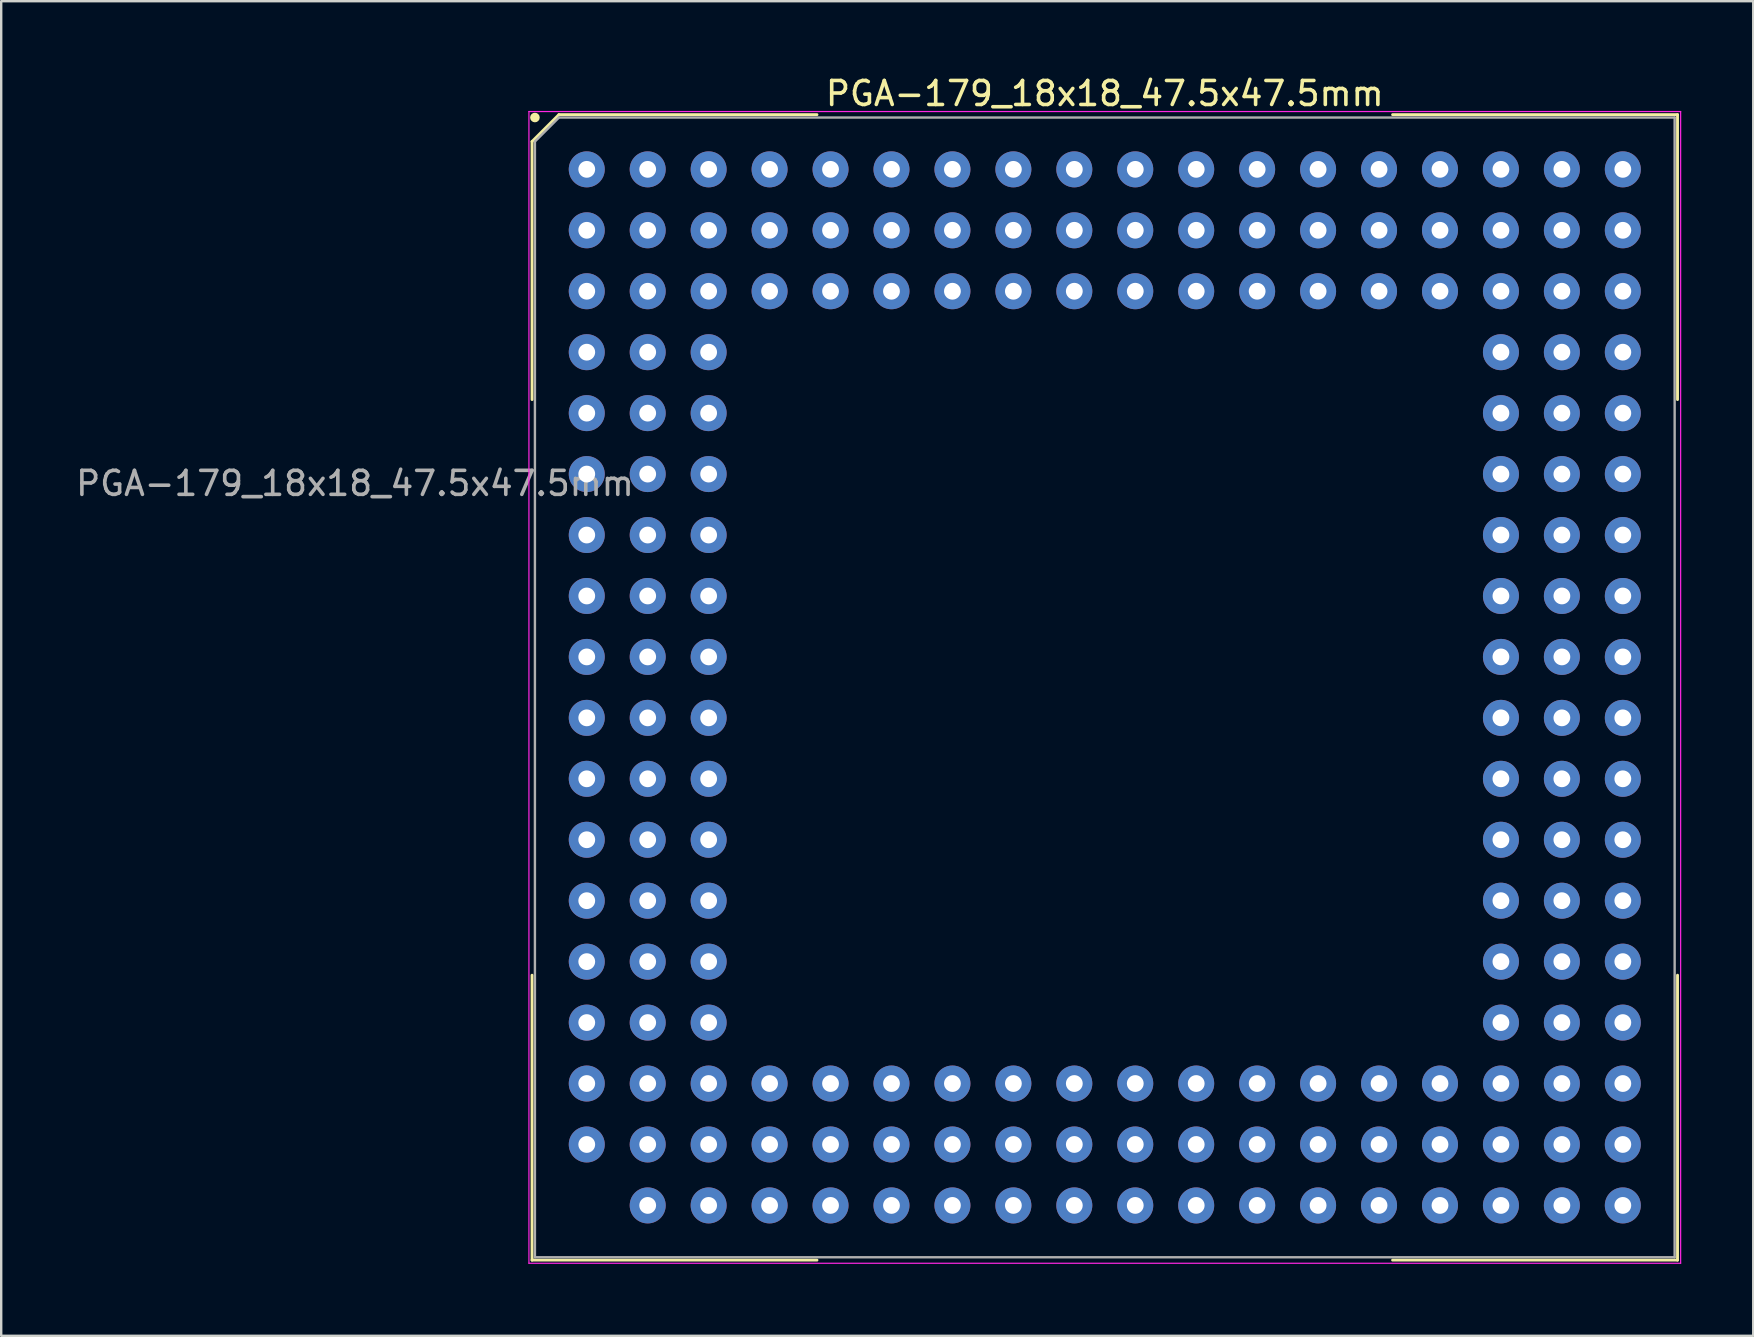
<source format=kicad_pcb>
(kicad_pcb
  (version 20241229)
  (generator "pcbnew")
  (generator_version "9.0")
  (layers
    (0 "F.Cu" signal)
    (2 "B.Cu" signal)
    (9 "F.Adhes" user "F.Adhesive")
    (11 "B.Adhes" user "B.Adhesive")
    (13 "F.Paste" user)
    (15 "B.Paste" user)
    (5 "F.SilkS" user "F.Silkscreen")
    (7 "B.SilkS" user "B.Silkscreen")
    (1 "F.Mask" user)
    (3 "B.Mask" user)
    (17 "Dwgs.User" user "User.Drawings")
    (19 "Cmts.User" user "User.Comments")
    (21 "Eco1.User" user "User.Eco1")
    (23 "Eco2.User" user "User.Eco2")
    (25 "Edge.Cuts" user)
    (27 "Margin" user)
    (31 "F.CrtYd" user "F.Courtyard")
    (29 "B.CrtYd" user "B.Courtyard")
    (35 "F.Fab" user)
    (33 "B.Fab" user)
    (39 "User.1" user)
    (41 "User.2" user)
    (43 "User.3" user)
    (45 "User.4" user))
  (footprint "PGA-179_18x18_47.5x47.5mm"
    (layer "F.Cu")
    (at 42.994 25.598)
    (property "Reference" "PGA-179_18x18_47.5x47.5mm" (at 0 -24.75 0) (layer "F.SilkS") (effects (font (size 1 1) (thickness 0.15))))
    (attr through_hole)
    (fp_line (start -23.87 -22.75) (end -23.87 -11.995) (stroke (width 0.12) (type default)) (layer "F.SilkS"))
    (fp_line (start -23.87 23.87) (end -23.87 11.995) (stroke (width 0.12) (type default)) (layer "F.SilkS"))
    (fp_line (start -22.75 -23.87) (end -23.87 -22.75) (stroke (width 0.12) (type default)) (layer "F.SilkS"))
    (fp_line (start -11.995 -23.87) (end -22.75 -23.87) (stroke (width 0.12) (type default)) (layer "F.SilkS"))
    (fp_line (start -11.995 23.87) (end -23.87 23.87) (stroke (width 0.12) (type default)) (layer "F.SilkS"))
    (fp_line (start 11.995 -23.87) (end 23.87 -23.87) (stroke (width 0.12) (type default)) (layer "F.SilkS"))
    (fp_line (start 11.995 23.87) (end 23.87 23.87) (stroke (width 0.12) (type default)) (layer "F.SilkS"))
    (fp_line (start 23.87 -23.87) (end 23.87 -11.995) (stroke (width 0.12) (type default)) (layer "F.SilkS"))
    (fp_line (start 23.87 23.87) (end 23.87 11.995) (stroke (width 0.12) (type default)) (layer "F.SilkS"))
    (fp_circle (center -23.75 -23.75) (end -23.75 -23.65) (stroke (width 0.2) (type default)) (fill no) (layer "F.SilkS"))
    (fp_line (start -24 -24) (end 24 -24) (stroke (width 0.05) (type default)) (layer "F.CrtYd"))
    (fp_line (start -24 24) (end -24 -24) (stroke (width 0.05) (type default)) (layer "F.CrtYd"))
    (fp_line (start 24 -24) (end 24 24) (stroke (width 0.05) (type default)) (layer "F.CrtYd"))
    (fp_line (start 24 24) (end -24 24) (stroke (width 0.05) (type default)) (layer "F.CrtYd"))
    (fp_line (start -23.75 -22.75) (end -23.75 23.75) (stroke (width 0.1) (type default)) (layer "F.Fab"))
    (fp_line (start -23.75 23.75) (end 23.75 23.75) (stroke (width 0.1) (type default)) (layer "F.Fab"))
    (fp_line (start -22.75 -23.75) (end -23.75 -22.75) (stroke (width 0.1) (type default)) (layer "F.Fab"))
    (fp_line (start 23.75 -23.75) (end -22.75 -23.75) (stroke (width 0.1) (type default)) (layer "F.Fab"))
    (fp_line (start 23.75 23.75) (end 23.75 -23.75) (stroke (width 0.1) (type default)) (layer "F.Fab"))
    (fp_text user "${REFERENCE}" (at -31.25 -8.5 0) (layer "F.Fab") (effects (font (size 1 1) (thickness 0.15))))
    (pad "A1" thru_hole circle (at -21.59 -21.59) (size 1.5 1.5) (drill 0.7) (layers "*.Cu" "*.Mask"))
    (pad "A2" thru_hole circle (at -19.05 -21.59) (size 1.5 1.5) (drill 0.7) (layers "*.Cu" "*.Mask"))
    (pad "A3" thru_hole circle (at -16.51 -21.59) (size 1.5 1.5) (drill 0.7) (layers "*.Cu" "*.Mask"))
    (pad "A4" thru_hole circle (at -13.97 -21.59) (size 1.5 1.5) (drill 0.7) (layers "*.Cu" "*.Mask"))
    (pad "A5" thru_hole circle (at -11.43 -21.59) (size 1.5 1.5) (drill 0.7) (layers "*.Cu" "*.Mask"))
    (pad "A6" thru_hole circle (at -8.89 -21.59) (size 1.5 1.5) (drill 0.7) (layers "*.Cu" "*.Mask"))
    (pad "A7" thru_hole circle (at -6.35 -21.59) (size 1.5 1.5) (drill 0.7) (layers "*.Cu" "*.Mask"))
    (pad "A8" thru_hole circle (at -3.81 -21.59) (size 1.5 1.5) (drill 0.7) (layers "*.Cu" "*.Mask"))
    (pad "A9" thru_hole circle (at -1.27 -21.59) (size 1.5 1.5) (drill 0.7) (layers "*.Cu" "*.Mask"))
    (pad "A10" thru_hole circle (at 1.27 -21.59) (size 1.5 1.5) (drill 0.7) (layers "*.Cu" "*.Mask"))
    (pad "A11" thru_hole circle (at 3.81 -21.59) (size 1.5 1.5) (drill 0.7) (layers "*.Cu" "*.Mask"))
    (pad "A12" thru_hole circle (at 6.35 -21.59) (size 1.5 1.5) (drill 0.7) (layers "*.Cu" "*.Mask"))
    (pad "A13" thru_hole circle (at 8.89 -21.59) (size 1.5 1.5) (drill 0.7) (layers "*.Cu" "*.Mask"))
    (pad "A14" thru_hole circle (at 11.43 -21.59) (size 1.5 1.5) (drill 0.7) (layers "*.Cu" "*.Mask"))
    (pad "A15" thru_hole circle (at 13.97 -21.59) (size 1.5 1.5) (drill 0.7) (layers "*.Cu" "*.Mask"))
    (pad "A16" thru_hole circle (at 16.51 -21.59) (size 1.5 1.5) (drill 0.7) (layers "*.Cu" "*.Mask"))
    (pad "A17" thru_hole circle (at 19.05 -21.59) (size 1.5 1.5) (drill 0.7) (layers "*.Cu" "*.Mask"))
    (pad "A18" thru_hole circle (at 21.59 -21.59) (size 1.5 1.5) (drill 0.7) (layers "*.Cu" "*.Mask"))
    (pad "B1" thru_hole circle (at -21.59 -19.05) (size 1.5 1.5) (drill 0.7) (layers "*.Cu" "*.Mask"))
    (pad "B2" thru_hole circle (at -19.05 -19.05) (size 1.5 1.5) (drill 0.7) (layers "*.Cu" "*.Mask"))
    (pad "B3" thru_hole circle (at -16.51 -19.05) (size 1.5 1.5) (drill 0.7) (layers "*.Cu" "*.Mask"))
    (pad "B4" thru_hole circle (at -13.97 -19.05) (size 1.5 1.5) (drill 0.7) (layers "*.Cu" "*.Mask"))
    (pad "B5" thru_hole circle (at -11.43 -19.05) (size 1.5 1.5) (drill 0.7) (layers "*.Cu" "*.Mask"))
    (pad "B6" thru_hole circle (at -8.89 -19.05) (size 1.5 1.5) (drill 0.7) (layers "*.Cu" "*.Mask"))
    (pad "B7" thru_hole circle (at -6.35 -19.05) (size 1.5 1.5) (drill 0.7) (layers "*.Cu" "*.Mask"))
    (pad "B8" thru_hole circle (at -3.81 -19.05) (size 1.5 1.5) (drill 0.7) (layers "*.Cu" "*.Mask"))
    (pad "B9" thru_hole circle (at -1.27 -19.05) (size 1.5 1.5) (drill 0.7) (layers "*.Cu" "*.Mask"))
    (pad "B10" thru_hole circle (at 1.27 -19.05) (size 1.5 1.5) (drill 0.7) (layers "*.Cu" "*.Mask"))
    (pad "B11" thru_hole circle (at 3.81 -19.05) (size 1.5 1.5) (drill 0.7) (layers "*.Cu" "*.Mask"))
    (pad "B12" thru_hole circle (at 6.35 -19.05) (size 1.5 1.5) (drill 0.7) (layers "*.Cu" "*.Mask"))
    (pad "B13" thru_hole circle (at 8.89 -19.05) (size 1.5 1.5) (drill 0.7) (layers "*.Cu" "*.Mask"))
    (pad "B14" thru_hole circle (at 11.43 -19.05) (size 1.5 1.5) (drill 0.7) (layers "*.Cu" "*.Mask"))
    (pad "B15" thru_hole circle (at 13.97 -19.05) (size 1.5 1.5) (drill 0.7) (layers "*.Cu" "*.Mask"))
    (pad "B16" thru_hole circle (at 16.51 -19.05) (size 1.5 1.5) (drill 0.7) (layers "*.Cu" "*.Mask"))
    (pad "B17" thru_hole circle (at 19.05 -19.05) (size 1.5 1.5) (drill 0.7) (layers "*.Cu" "*.Mask"))
    (pad "B18" thru_hole circle (at 21.59 -19.05) (size 1.5 1.5) (drill 0.7) (layers "*.Cu" "*.Mask"))
    (pad "C1" thru_hole circle (at -21.59 -16.51) (size 1.5 1.5) (drill 0.7) (layers "*.Cu" "*.Mask"))
    (pad "C2" thru_hole circle (at -19.05 -16.51) (size 1.5 1.5) (drill 0.7) (layers "*.Cu" "*.Mask"))
    (pad "C3" thru_hole circle (at -16.51 -16.51) (size 1.5 1.5) (drill 0.7) (layers "*.Cu" "*.Mask"))
    (pad "C4" thru_hole circle (at -13.97 -16.51) (size 1.5 1.5) (drill 0.7) (layers "*.Cu" "*.Mask"))
    (pad "C5" thru_hole circle (at -11.43 -16.51) (size 1.5 1.5) (drill 0.7) (layers "*.Cu" "*.Mask"))
    (pad "C6" thru_hole circle (at -8.89 -16.51) (size 1.5 1.5) (drill 0.7) (layers "*.Cu" "*.Mask"))
    (pad "C7" thru_hole circle (at -6.35 -16.51) (size 1.5 1.5) (drill 0.7) (layers "*.Cu" "*.Mask"))
    (pad "C8" thru_hole circle (at -3.81 -16.51) (size 1.5 1.5) (drill 0.7) (layers "*.Cu" "*.Mask"))
    (pad "C9" thru_hole circle (at -1.27 -16.51) (size 1.5 1.5) (drill 0.7) (layers "*.Cu" "*.Mask"))
    (pad "C10" thru_hole circle (at 1.27 -16.51) (size 1.5 1.5) (drill 0.7) (layers "*.Cu" "*.Mask"))
    (pad "C11" thru_hole circle (at 3.81 -16.51) (size 1.5 1.5) (drill 0.7) (layers "*.Cu" "*.Mask"))
    (pad "C12" thru_hole circle (at 6.35 -16.51) (size 1.5 1.5) (drill 0.7) (layers "*.Cu" "*.Mask"))
    (pad "C13" thru_hole circle (at 8.89 -16.51) (size 1.5 1.5) (drill 0.7) (layers "*.Cu" "*.Mask"))
    (pad "C14" thru_hole circle (at 11.43 -16.51) (size 1.5 1.5) (drill 0.7) (layers "*.Cu" "*.Mask"))
    (pad "C15" thru_hole circle (at 13.97 -16.51) (size 1.5 1.5) (drill 0.7) (layers "*.Cu" "*.Mask"))
    (pad "C16" thru_hole circle (at 16.51 -16.51) (size 1.5 1.5) (drill 0.7) (layers "*.Cu" "*.Mask"))
    (pad "C17" thru_hole circle (at 19.05 -16.51) (size 1.5 1.5) (drill 0.7) (layers "*.Cu" "*.Mask"))
    (pad "C18" thru_hole circle (at 21.59 -16.51) (size 1.5 1.5) (drill 0.7) (layers "*.Cu" "*.Mask"))
    (pad "D1" thru_hole circle (at -21.59 -13.97) (size 1.5 1.5) (drill 0.7) (layers "*.Cu" "*.Mask"))
    (pad "D2" thru_hole circle (at -19.05 -13.97) (size 1.5 1.5) (drill 0.7) (layers "*.Cu" "*.Mask"))
    (pad "D3" thru_hole circle (at -16.51 -13.97) (size 1.5 1.5) (drill 0.7) (layers "*.Cu" "*.Mask"))
    (pad "D16" thru_hole circle (at 16.51 -13.97) (size 1.5 1.5) (drill 0.7) (layers "*.Cu" "*.Mask"))
    (pad "D17" thru_hole circle (at 19.05 -13.97) (size 1.5 1.5) (drill 0.7) (layers "*.Cu" "*.Mask"))
    (pad "D18" thru_hole circle (at 21.59 -13.97) (size 1.5 1.5) (drill 0.7) (layers "*.Cu" "*.Mask"))
    (pad "E1" thru_hole circle (at -21.59 -11.43) (size 1.5 1.5) (drill 0.7) (layers "*.Cu" "*.Mask"))
    (pad "E2" thru_hole circle (at -19.05 -11.43) (size 1.5 1.5) (drill 0.7) (layers "*.Cu" "*.Mask"))
    (pad "E3" thru_hole circle (at -16.51 -11.43) (size 1.5 1.5) (drill 0.7) (layers "*.Cu" "*.Mask"))
    (pad "E16" thru_hole circle (at 16.51 -11.43) (size 1.5 1.5) (drill 0.7) (layers "*.Cu" "*.Mask"))
    (pad "E17" thru_hole circle (at 19.05 -11.43) (size 1.5 1.5) (drill 0.7) (layers "*.Cu" "*.Mask"))
    (pad "E18" thru_hole circle (at 21.59 -11.43) (size 1.5 1.5) (drill 0.7) (layers "*.Cu" "*.Mask"))
    (pad "F1" thru_hole circle (at -21.59 -8.89) (size 1.5 1.5) (drill 0.7) (layers "*.Cu" "*.Mask"))
    (pad "F2" thru_hole circle (at -19.05 -8.89) (size 1.5 1.5) (drill 0.7) (layers "*.Cu" "*.Mask"))
    (pad "F3" thru_hole circle (at -16.51 -8.89) (size 1.5 1.5) (drill 0.7) (layers "*.Cu" "*.Mask"))
    (pad "F16" thru_hole circle (at 16.51 -8.89) (size 1.5 1.5) (drill 0.7) (layers "*.Cu" "*.Mask"))
    (pad "F17" thru_hole circle (at 19.05 -8.89) (size 1.5 1.5) (drill 0.7) (layers "*.Cu" "*.Mask"))
    (pad "F18" thru_hole circle (at 21.59 -8.89) (size 1.5 1.5) (drill 0.7) (layers "*.Cu" "*.Mask"))
    (pad "G1" thru_hole circle (at -21.59 -6.35) (size 1.5 1.5) (drill 0.7) (layers "*.Cu" "*.Mask"))
    (pad "G2" thru_hole circle (at -19.05 -6.35) (size 1.5 1.5) (drill 0.7) (layers "*.Cu" "*.Mask"))
    (pad "G3" thru_hole circle (at -16.51 -6.35) (size 1.5 1.5) (drill 0.7) (layers "*.Cu" "*.Mask"))
    (pad "G16" thru_hole circle (at 16.51 -6.35) (size 1.5 1.5) (drill 0.7) (layers "*.Cu" "*.Mask"))
    (pad "G17" thru_hole circle (at 19.05 -6.35) (size 1.5 1.5) (drill 0.7) (layers "*.Cu" "*.Mask"))
    (pad "G18" thru_hole circle (at 21.59 -6.35) (size 1.5 1.5) (drill 0.7) (layers "*.Cu" "*.Mask"))
    (pad "H1" thru_hole circle (at -21.59 -3.81) (size 1.5 1.5) (drill 0.7) (layers "*.Cu" "*.Mask"))
    (pad "H2" thru_hole circle (at -19.05 -3.81) (size 1.5 1.5) (drill 0.7) (layers "*.Cu" "*.Mask"))
    (pad "H3" thru_hole circle (at -16.51 -3.81) (size 1.5 1.5) (drill 0.7) (layers "*.Cu" "*.Mask"))
    (pad "H16" thru_hole circle (at 16.51 -3.81) (size 1.5 1.5) (drill 0.7) (layers "*.Cu" "*.Mask"))
    (pad "H17" thru_hole circle (at 19.05 -3.81) (size 1.5 1.5) (drill 0.7) (layers "*.Cu" "*.Mask"))
    (pad "H18" thru_hole circle (at 21.59 -3.81) (size 1.5 1.5) (drill 0.7) (layers "*.Cu" "*.Mask"))
    (pad "J1" thru_hole circle (at -21.59 -1.27) (size 1.5 1.5) (drill 0.7) (layers "*.Cu" "*.Mask"))
    (pad "J2" thru_hole circle (at -19.05 -1.27) (size 1.5 1.5) (drill 0.7) (layers "*.Cu" "*.Mask"))
    (pad "J3" thru_hole circle (at -16.51 -1.27) (size 1.5 1.5) (drill 0.7) (layers "*.Cu" "*.Mask"))
    (pad "J16" thru_hole circle (at 16.51 -1.27) (size 1.5 1.5) (drill 0.7) (layers "*.Cu" "*.Mask"))
    (pad "J17" thru_hole circle (at 19.05 -1.27) (size 1.5 1.5) (drill 0.7) (layers "*.Cu" "*.Mask"))
    (pad "J18" thru_hole circle (at 21.59 -1.27) (size 1.5 1.5) (drill 0.7) (layers "*.Cu" "*.Mask"))
    (pad "K1" thru_hole circle (at -21.59 1.27) (size 1.5 1.5) (drill 0.7) (layers "*.Cu" "*.Mask"))
    (pad "K2" thru_hole circle (at -19.05 1.27) (size 1.5 1.5) (drill 0.7) (layers "*.Cu" "*.Mask"))
    (pad "K3" thru_hole circle (at -16.51 1.27) (size 1.5 1.5) (drill 0.7) (layers "*.Cu" "*.Mask"))
    (pad "K16" thru_hole circle (at 16.51 1.27) (size 1.5 1.5) (drill 0.7) (layers "*.Cu" "*.Mask"))
    (pad "K17" thru_hole circle (at 19.05 1.27) (size 1.5 1.5) (drill 0.7) (layers "*.Cu" "*.Mask"))
    (pad "K18" thru_hole circle (at 21.59 1.27) (size 1.5 1.5) (drill 0.7) (layers "*.Cu" "*.Mask"))
    (pad "L1" thru_hole circle (at -21.59 3.81) (size 1.5 1.5) (drill 0.7) (layers "*.Cu" "*.Mask"))
    (pad "L2" thru_hole circle (at -19.05 3.81) (size 1.5 1.5) (drill 0.7) (layers "*.Cu" "*.Mask"))
    (pad "L3" thru_hole circle (at -16.51 3.81) (size 1.5 1.5) (drill 0.7) (layers "*.Cu" "*.Mask"))
    (pad "L16" thru_hole circle (at 16.51 3.81) (size 1.5 1.5) (drill 0.7) (layers "*.Cu" "*.Mask"))
    (pad "L17" thru_hole circle (at 19.05 3.81) (size 1.5 1.5) (drill 0.7) (layers "*.Cu" "*.Mask"))
    (pad "L18" thru_hole circle (at 21.59 3.81) (size 1.5 1.5) (drill 0.7) (layers "*.Cu" "*.Mask"))
    (pad "M1" thru_hole circle (at -21.59 6.35) (size 1.5 1.5) (drill 0.7) (layers "*.Cu" "*.Mask"))
    (pad "M2" thru_hole circle (at -19.05 6.35) (size 1.5 1.5) (drill 0.7) (layers "*.Cu" "*.Mask"))
    (pad "M3" thru_hole circle (at -16.51 6.35) (size 1.5 1.5) (drill 0.7) (layers "*.Cu" "*.Mask"))
    (pad "M16" thru_hole circle (at 16.51 6.35) (size 1.5 1.5) (drill 0.7) (layers "*.Cu" "*.Mask"))
    (pad "M17" thru_hole circle (at 19.05 6.35) (size 1.5 1.5) (drill 0.7) (layers "*.Cu" "*.Mask"))
    (pad "M18" thru_hole circle (at 21.59 6.35) (size 1.5 1.5) (drill 0.7) (layers "*.Cu" "*.Mask"))
    (pad "N1" thru_hole circle (at -21.59 8.89) (size 1.5 1.5) (drill 0.7) (layers "*.Cu" "*.Mask"))
    (pad "N2" thru_hole circle (at -19.05 8.89) (size 1.5 1.5) (drill 0.7) (layers "*.Cu" "*.Mask"))
    (pad "N3" thru_hole circle (at -16.51 8.89) (size 1.5 1.5) (drill 0.7) (layers "*.Cu" "*.Mask"))
    (pad "N16" thru_hole circle (at 16.51 8.89) (size 1.5 1.5) (drill 0.7) (layers "*.Cu" "*.Mask"))
    (pad "N17" thru_hole circle (at 19.05 8.89) (size 1.5 1.5) (drill 0.7) (layers "*.Cu" "*.Mask"))
    (pad "N18" thru_hole circle (at 21.59 8.89) (size 1.5 1.5) (drill 0.7) (layers "*.Cu" "*.Mask"))
    (pad "P1" thru_hole circle (at -21.59 11.43) (size 1.5 1.5) (drill 0.7) (layers "*.Cu" "*.Mask"))
    (pad "P2" thru_hole circle (at -19.05 11.43) (size 1.5 1.5) (drill 0.7) (layers "*.Cu" "*.Mask"))
    (pad "P3" thru_hole circle (at -16.51 11.43) (size 1.5 1.5) (drill 0.7) (layers "*.Cu" "*.Mask"))
    (pad "P16" thru_hole circle (at 16.51 11.43) (size 1.5 1.5) (drill 0.7) (layers "*.Cu" "*.Mask"))
    (pad "P17" thru_hole circle (at 19.05 11.43) (size 1.5 1.5) (drill 0.7) (layers "*.Cu" "*.Mask"))
    (pad "P18" thru_hole circle (at 21.59 11.43) (size 1.5 1.5) (drill 0.7) (layers "*.Cu" "*.Mask"))
    (pad "Q1" thru_hole circle (at -21.59 13.97) (size 1.5 1.5) (drill 0.7) (layers "*.Cu" "*.Mask"))
    (pad "Q2" thru_hole circle (at -19.05 13.97) (size 1.5 1.5) (drill 0.7) (layers "*.Cu" "*.Mask"))
    (pad "Q3" thru_hole circle (at -16.51 13.97) (size 1.5 1.5) (drill 0.7) (layers "*.Cu" "*.Mask"))
    (pad "Q16" thru_hole circle (at 16.51 13.97) (size 1.5 1.5) (drill 0.7) (layers "*.Cu" "*.Mask"))
    (pad "Q17" thru_hole circle (at 19.05 13.97) (size 1.5 1.5) (drill 0.7) (layers "*.Cu" "*.Mask"))
    (pad "Q18" thru_hole circle (at 21.59 13.97) (size 1.5 1.5) (drill 0.7) (layers "*.Cu" "*.Mask"))
    (pad "R1" thru_hole circle (at -21.59 16.51) (size 1.5 1.5) (drill 0.7) (layers "*.Cu" "*.Mask"))
    (pad "R2" thru_hole circle (at -19.05 16.51) (size 1.5 1.5) (drill 0.7) (layers "*.Cu" "*.Mask"))
    (pad "R3" thru_hole circle (at -16.51 16.51) (size 1.5 1.5) (drill 0.7) (layers "*.Cu" "*.Mask"))
    (pad "R4" thru_hole circle (at -13.97 16.51) (size 1.5 1.5) (drill 0.7) (layers "*.Cu" "*.Mask"))
    (pad "R5" thru_hole circle (at -11.43 16.51) (size 1.5 1.5) (drill 0.7) (layers "*.Cu" "*.Mask"))
    (pad "R6" thru_hole circle (at -8.89 16.51) (size 1.5 1.5) (drill 0.7) (layers "*.Cu" "*.Mask"))
    (pad "R7" thru_hole circle (at -6.35 16.51) (size 1.5 1.5) (drill 0.7) (layers "*.Cu" "*.Mask"))
    (pad "R8" thru_hole circle (at -3.81 16.51) (size 1.5 1.5) (drill 0.7) (layers "*.Cu" "*.Mask"))
    (pad "R9" thru_hole circle (at -1.27 16.51) (size 1.5 1.5) (drill 0.7) (layers "*.Cu" "*.Mask"))
    (pad "R10" thru_hole circle (at 1.27 16.51) (size 1.5 1.5) (drill 0.7) (layers "*.Cu" "*.Mask"))
    (pad "R11" thru_hole circle (at 3.81 16.51) (size 1.5 1.5) (drill 0.7) (layers "*.Cu" "*.Mask"))
    (pad "R12" thru_hole circle (at 6.35 16.51) (size 1.5 1.5) (drill 0.7) (layers "*.Cu" "*.Mask"))
    (pad "R13" thru_hole circle (at 8.89 16.51) (size 1.5 1.5) (drill 0.7) (layers "*.Cu" "*.Mask"))
    (pad "R14" thru_hole circle (at 11.43 16.51) (size 1.5 1.5) (drill 0.7) (layers "*.Cu" "*.Mask"))
    (pad "R15" thru_hole circle (at 13.97 16.51) (size 1.5 1.5) (drill 0.7) (layers "*.Cu" "*.Mask"))
    (pad "R16" thru_hole circle (at 16.51 16.51) (size 1.5 1.5) (drill 0.7) (layers "*.Cu" "*.Mask"))
    (pad "R17" thru_hole circle (at 19.05 16.51) (size 1.5 1.5) (drill 0.7) (layers "*.Cu" "*.Mask"))
    (pad "R18" thru_hole circle (at 21.59 16.51) (size 1.5 1.5) (drill 0.7) (layers "*.Cu" "*.Mask"))
    (pad "S1" thru_hole circle (at -21.59 19.05) (size 1.5 1.5) (drill 0.7) (layers "*.Cu" "*.Mask"))
    (pad "S2" thru_hole circle (at -19.05 19.05) (size 1.5 1.5) (drill 0.7) (layers "*.Cu" "*.Mask"))
    (pad "S3" thru_hole circle (at -16.51 19.05) (size 1.5 1.5) (drill 0.7) (layers "*.Cu" "*.Mask"))
    (pad "S4" thru_hole circle (at -13.97 19.05) (size 1.5 1.5) (drill 0.7) (layers "*.Cu" "*.Mask"))
    (pad "S5" thru_hole circle (at -11.43 19.05) (size 1.5 1.5) (drill 0.7) (layers "*.Cu" "*.Mask"))
    (pad "S6" thru_hole circle (at -8.89 19.05) (size 1.5 1.5) (drill 0.7) (layers "*.Cu" "*.Mask"))
    (pad "S7" thru_hole circle (at -6.35 19.05) (size 1.5 1.5) (drill 0.7) (layers "*.Cu" "*.Mask"))
    (pad "S8" thru_hole circle (at -3.81 19.05) (size 1.5 1.5) (drill 0.7) (layers "*.Cu" "*.Mask"))
    (pad "S9" thru_hole circle (at -1.27 19.05) (size 1.5 1.5) (drill 0.7) (layers "*.Cu" "*.Mask"))
    (pad "S10" thru_hole circle (at 1.27 19.05) (size 1.5 1.5) (drill 0.7) (layers "*.Cu" "*.Mask"))
    (pad "S11" thru_hole circle (at 3.81 19.05) (size 1.5 1.5) (drill 0.7) (layers "*.Cu" "*.Mask"))
    (pad "S12" thru_hole circle (at 6.35 19.05) (size 1.5 1.5) (drill 0.7) (layers "*.Cu" "*.Mask"))
    (pad "S13" thru_hole circle (at 8.89 19.05) (size 1.5 1.5) (drill 0.7) (layers "*.Cu" "*.Mask"))
    (pad "S14" thru_hole circle (at 11.43 19.05) (size 1.5 1.5) (drill 0.7) (layers "*.Cu" "*.Mask"))
    (pad "S15" thru_hole circle (at 13.97 19.05) (size 1.5 1.5) (drill 0.7) (layers "*.Cu" "*.Mask"))
    (pad "S16" thru_hole circle (at 16.51 19.05) (size 1.5 1.5) (drill 0.7) (layers "*.Cu" "*.Mask"))
    (pad "S17" thru_hole circle (at 19.05 19.05) (size 1.5 1.5) (drill 0.7) (layers "*.Cu" "*.Mask"))
    (pad "S18" thru_hole circle (at 21.59 19.05) (size 1.5 1.5) (drill 0.7) (layers "*.Cu" "*.Mask"))
    (pad "T2" thru_hole circle (at -19.05 21.59) (size 1.5 1.5) (drill 0.7) (layers "*.Cu" "*.Mask"))
    (pad "T3" thru_hole circle (at -16.51 21.59) (size 1.5 1.5) (drill 0.7) (layers "*.Cu" "*.Mask"))
    (pad "T4" thru_hole circle (at -13.97 21.59) (size 1.5 1.5) (drill 0.7) (layers "*.Cu" "*.Mask"))
    (pad "T5" thru_hole circle (at -11.43 21.59) (size 1.5 1.5) (drill 0.7) (layers "*.Cu" "*.Mask"))
    (pad "T6" thru_hole circle (at -8.89 21.59) (size 1.5 1.5) (drill 0.7) (layers "*.Cu" "*.Mask"))
    (pad "T7" thru_hole circle (at -6.35 21.59) (size 1.5 1.5) (drill 0.7) (layers "*.Cu" "*.Mask"))
    (pad "T8" thru_hole circle (at -3.81 21.59) (size 1.5 1.5) (drill 0.7) (layers "*.Cu" "*.Mask"))
    (pad "T9" thru_hole circle (at -1.27 21.59) (size 1.5 1.5) (drill 0.7) (layers "*.Cu" "*.Mask"))
    (pad "T10" thru_hole circle (at 1.27 21.59) (size 1.5 1.5) (drill 0.7) (layers "*.Cu" "*.Mask"))
    (pad "T11" thru_hole circle (at 3.81 21.59) (size 1.5 1.5) (drill 0.7) (layers "*.Cu" "*.Mask"))
    (pad "T12" thru_hole circle (at 6.35 21.59) (size 1.5 1.5) (drill 0.7) (layers "*.Cu" "*.Mask"))
    (pad "T13" thru_hole circle (at 8.89 21.59) (size 1.5 1.5) (drill 0.7) (layers "*.Cu" "*.Mask"))
    (pad "T14" thru_hole circle (at 11.43 21.59) (size 1.5 1.5) (drill 0.7) (layers "*.Cu" "*.Mask"))
    (pad "T15" thru_hole circle (at 13.97 21.59) (size 1.5 1.5) (drill 0.7) (layers "*.Cu" "*.Mask"))
    (pad "T16" thru_hole circle (at 16.51 21.59) (size 1.5 1.5) (drill 0.7) (layers "*.Cu" "*.Mask"))
    (pad "T17" thru_hole circle (at 19.05 21.59) (size 1.5 1.5) (drill 0.7) (layers "*.Cu" "*.Mask"))
    (pad "T18" thru_hole circle (at 21.59 21.59) (size 1.5 1.5) (drill 0.7) (layers "*.Cu" "*.Mask")))
  (gr_rect
    (start -3 -3)
    (end 70.019 52.623)
    (stroke (width 0.1) (type default))
    (fill no)
    (layer "Edge.Cuts")))
</source>
